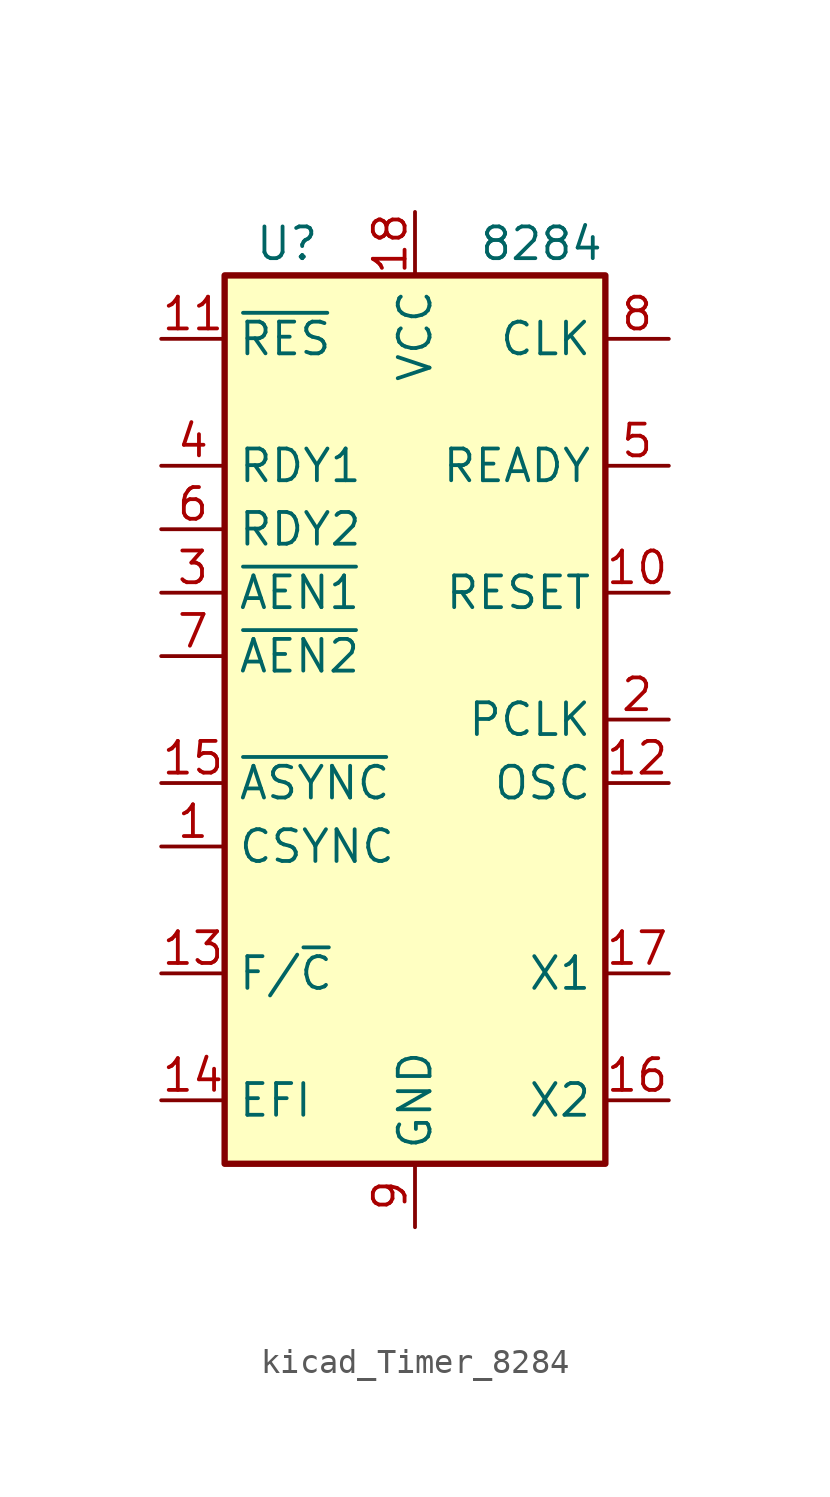
<source format=kicad_sym>
(kicad_symbol_lib
  (version 20220914)
  (generator kicad_symbol_editor)
  (symbol "kicad_Timer_8284"
    (property "Reference" "U"
      (at -3.81 19.05 0)
      (effects (font (size 1.27 1.27)) (justify right)))
    (property "Value" "8284"
      (at 2.54 19.05 0)
      (effects (font (size 1.27 1.27)) (justify left)))
    (symbol "kicad_Timer_8284_0_0"
      (rectangle (start -7.62 -17.78) (end 7.62 17.78) (stroke (width 0.254) (type default)) (fill (type background))))
    (symbol "kicad_Timer_8284_1_1"
      (pin input line (at -10.16 -5.08 0) (length 2.54) (name "CSYNC" (effects (font (size 1.27 1.27)))) (number "1" (effects (font (size 1.27 1.27)))))
      (pin output line (at 10.16 5.08 180) (length 2.54) (name "RESET" (effects (font (size 1.27 1.27)))) (number "10" (effects (font (size 1.27 1.27)))))
      (pin input line (at -10.16 15.24 0) (length 2.54) (name "~{RES}" (effects (font (size 1.27 1.27)))) (number "11" (effects (font (size 1.27 1.27)))))
      (pin output line (at 10.16 -2.54 180) (length 2.54) (name "OSC" (effects (font (size 1.27 1.27)))) (number "12" (effects (font (size 1.27 1.27)))))
      (pin input line (at -10.16 -10.16 0) (length 2.54) (name "F/~{C}" (effects (font (size 1.27 1.27)))) (number "13" (effects (font (size 1.27 1.27)))))
      (pin input line (at -10.16 -15.24 0) (length 2.54) (name "EFI" (effects (font (size 1.27 1.27)))) (number "14" (effects (font (size 1.27 1.27)))))
      (pin input line (at -10.16 -2.54 0) (length 2.54) (name "~{ASYNC}" (effects (font (size 1.27 1.27)))) (number "15" (effects (font (size 1.27 1.27)))))
      (pin output line (at 10.16 -15.24 180) (length 2.54) (name "X2" (effects (font (size 1.27 1.27)))) (number "16" (effects (font (size 1.27 1.27)))))
      (pin input line (at 10.16 -10.16 180) (length 2.54) (name "X1" (effects (font (size 1.27 1.27)))) (number "17" (effects (font (size 1.27 1.27)))))
      (pin power_in line (at 0 20.32 270) (length 2.54) (name "VCC" (effects (font (size 1.27 1.27)))) (number "18" (effects (font (size 1.27 1.27)))))
      (pin output line (at 10.16 0 180) (length 2.54) (name "PCLK" (effects (font (size 1.27 1.27)))) (number "2" (effects (font (size 1.27 1.27)))))
      (pin input line (at -10.16 5.08 0) (length 2.54) (name "~{AEN1}" (effects (font (size 1.27 1.27)))) (number "3" (effects (font (size 1.27 1.27)))))
      (pin input line (at -10.16 10.16 0) (length 2.54) (name "RDY1" (effects (font (size 1.27 1.27)))) (number "4" (effects (font (size 1.27 1.27)))))
      (pin output line (at 10.16 10.16 180) (length 2.54) (name "READY" (effects (font (size 1.27 1.27)))) (number "5" (effects (font (size 1.27 1.27)))))
      (pin input line (at -10.16 7.62 0) (length 2.54) (name "RDY2" (effects (font (size 1.27 1.27)))) (number "6" (effects (font (size 1.27 1.27)))))
      (pin input line (at -10.16 2.54 0) (length 2.54) (name "~{AEN2}" (effects (font (size 1.27 1.27)))) (number "7" (effects (font (size 1.27 1.27)))))
      (pin output line (at 10.16 15.24 180) (length 2.54) (name "CLK" (effects (font (size 1.27 1.27)))) (number "8" (effects (font (size 1.27 1.27)))))
      (pin power_in line (at 0 -20.32 90) (length 2.54) (name "GND" (effects (font (size 1.27 1.27)))) (number "9" (effects (font (size 1.27 1.27))))))))
</source>
